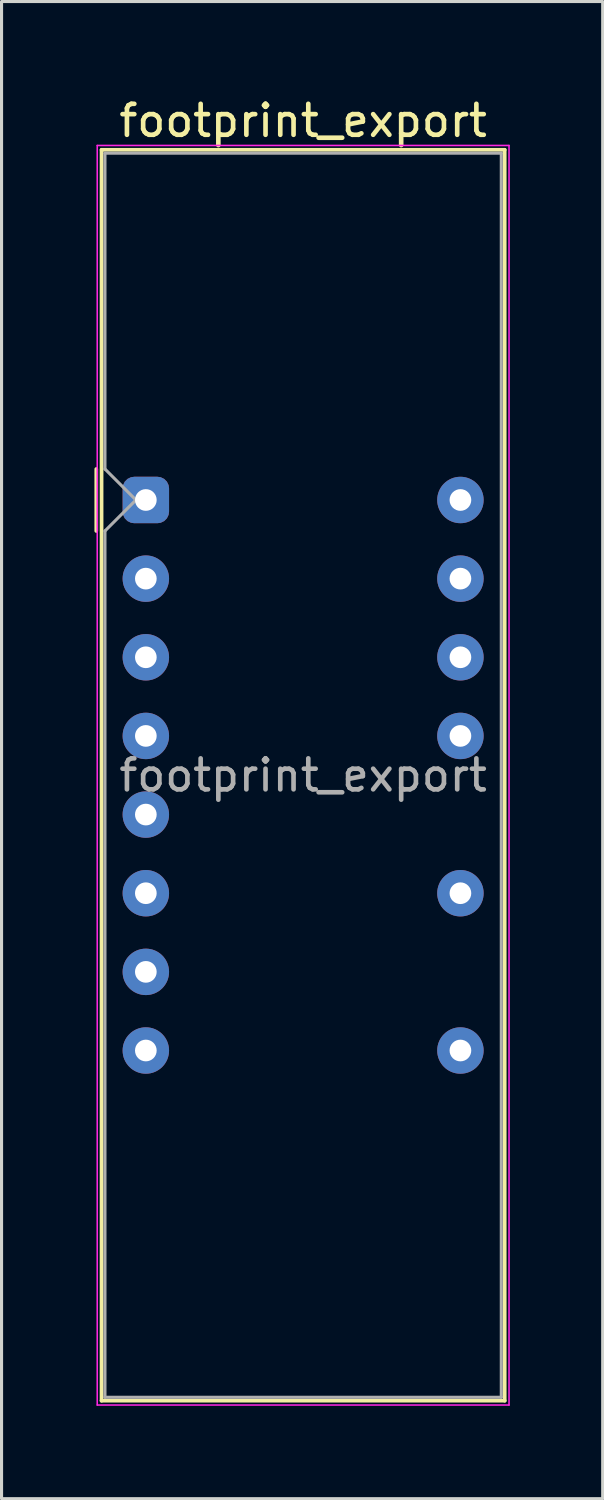
<source format=kicad_pcb>
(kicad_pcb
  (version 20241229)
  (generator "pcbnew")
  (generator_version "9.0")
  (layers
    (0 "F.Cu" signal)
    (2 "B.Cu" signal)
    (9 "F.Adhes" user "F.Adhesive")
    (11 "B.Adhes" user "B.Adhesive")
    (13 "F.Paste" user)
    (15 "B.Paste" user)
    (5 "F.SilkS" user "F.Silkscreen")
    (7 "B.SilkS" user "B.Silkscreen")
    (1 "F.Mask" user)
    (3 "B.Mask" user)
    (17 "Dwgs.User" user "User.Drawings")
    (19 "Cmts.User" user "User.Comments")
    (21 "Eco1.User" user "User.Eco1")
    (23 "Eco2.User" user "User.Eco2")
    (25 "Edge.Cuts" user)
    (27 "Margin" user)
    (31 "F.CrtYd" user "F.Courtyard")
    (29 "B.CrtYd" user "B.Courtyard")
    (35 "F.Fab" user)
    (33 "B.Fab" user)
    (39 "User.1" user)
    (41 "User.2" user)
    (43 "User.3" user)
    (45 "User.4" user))
  (footprint "footprint_export"
    (layer "F.Cu")
    (at 1.66 13.098)
    (property "Reference" "footprint_export" (at 5.08 -12.25 0) (layer "F.SilkS") (effects (font (size 1 1) (thickness 0.15))))
    (attr through_hole)
    (fp_line (start -1.6 -1) (end -1.6 1) (stroke (width 0.12) (type solid)) (layer "F.SilkS"))
    (fp_line (start -1.43 -11.31) (end -1.43 29.09) (stroke (width 0.12) (type solid)) (layer "F.SilkS"))
    (fp_line (start -1.43 -11.31) (end 11.59 -11.31) (stroke (width 0.12) (type solid)) (layer "F.SilkS"))
    (fp_line (start -1.43 29.09) (end 11.59 29.09) (stroke (width 0.12) (type solid)) (layer "F.SilkS"))
    (fp_line (start 11.59 -11.31) (end 11.59 29.09) (stroke (width 0.12) (type solid)) (layer "F.SilkS"))
    (fp_line (start -1.57 -11.45) (end -1.57 29.23) (stroke (width 0.05) (type solid)) (layer "F.CrtYd"))
    (fp_line (start -1.57 -11.45) (end 11.73 -11.45) (stroke (width 0.05) (type solid)) (layer "F.CrtYd"))
    (fp_line (start -1.57 29.23) (end 11.73 29.23) (stroke (width 0.05) (type solid)) (layer "F.CrtYd"))
    (fp_line (start 11.73 -11.45) (end 11.73 29.23) (stroke (width 0.05) (type solid)) (layer "F.CrtYd"))
    (fp_line (start -1.32 -11.2) (end -1.32 -1) (stroke (width 0.1) (type solid)) (layer "F.Fab"))
    (fp_line (start -1.32 -11.2) (end 11.48 -11.2) (stroke (width 0.1) (type solid)) (layer "F.Fab"))
    (fp_line (start -1.32 -1) (end -0.32 0) (stroke (width 0.1) (type solid)) (layer "F.Fab"))
    (fp_line (start -1.32 1) (end -1.32 28.98) (stroke (width 0.1) (type solid)) (layer "F.Fab"))
    (fp_line (start -1.32 28.98) (end 11.48 28.98) (stroke (width 0.1) (type solid)) (layer "F.Fab"))
    (fp_line (start -0.32 0) (end -1.32 1) (stroke (width 0.1) (type solid)) (layer "F.Fab"))
    (fp_line (start 11.48 -11.2) (end 11.48 28.98) (stroke (width 0.1) (type solid)) (layer "F.Fab"))
    (fp_text user "${REFERENCE}" (at 5.08 8.89 0) (layer "F.Fab") (effects (font (size 1 1) (thickness 0.15))))
    (pad "1" thru_hole roundrect (at 0 0) (size 1.5 1.5) (drill 0.7) (layers "*.Cu" "*.Mask") (roundrect_rratio 0.25))
    (pad "2" thru_hole circle (at 0 2.54) (size 1.5 1.5) (drill 0.7) (layers "*.Cu" "*.Mask"))
    (pad "3" thru_hole circle (at 0 5.08) (size 1.5 1.5) (drill 0.7) (layers "*.Cu" "*.Mask"))
    (pad "4" thru_hole circle (at 0 7.62) (size 1.5 1.5) (drill 0.7) (layers "*.Cu" "*.Mask"))
    (pad "5" thru_hole circle (at 0 10.16) (size 1.5 1.5) (drill 0.7) (layers "*.Cu" "*.Mask"))
    (pad "6" thru_hole circle (at 0 12.7) (size 1.5 1.5) (drill 0.7) (layers "*.Cu" "*.Mask"))
    (pad "7" thru_hole circle (at 0 15.24) (size 1.5 1.5) (drill 0.7) (layers "*.Cu" "*.Mask"))
    (pad "8" thru_hole circle (at 0 17.78) (size 1.5 1.5) (drill 0.7) (layers "*.Cu" "*.Mask"))
    (pad "9" thru_hole circle (at 10.16 17.78) (size 1.5 1.5) (drill 0.7) (layers "*.Cu" "*.Mask"))
    (pad "11" thru_hole circle (at 10.16 12.7) (size 1.5 1.5) (drill 0.7) (layers "*.Cu" "*.Mask"))
    (pad "13" thru_hole circle (at 10.16 7.62) (size 1.5 1.5) (drill 0.7) (layers "*.Cu" "*.Mask"))
    (pad "14" thru_hole circle (at 10.16 5.08) (size 1.5 1.5) (drill 0.7) (layers "*.Cu" "*.Mask"))
    (pad "15" thru_hole circle (at 10.16 2.54) (size 1.5 1.5) (drill 0.7) (layers "*.Cu" "*.Mask"))
    (pad "16" thru_hole circle (at 10.16 0) (size 1.5 1.5) (drill 0.7) (layers "*.Cu" "*.Mask")))
  (gr_rect
    (start -3 -3)
    (end 16.415 45.353)
    (stroke (width 0.1) (type default))
    (fill no)
    (layer "Edge.Cuts")))
</source>
